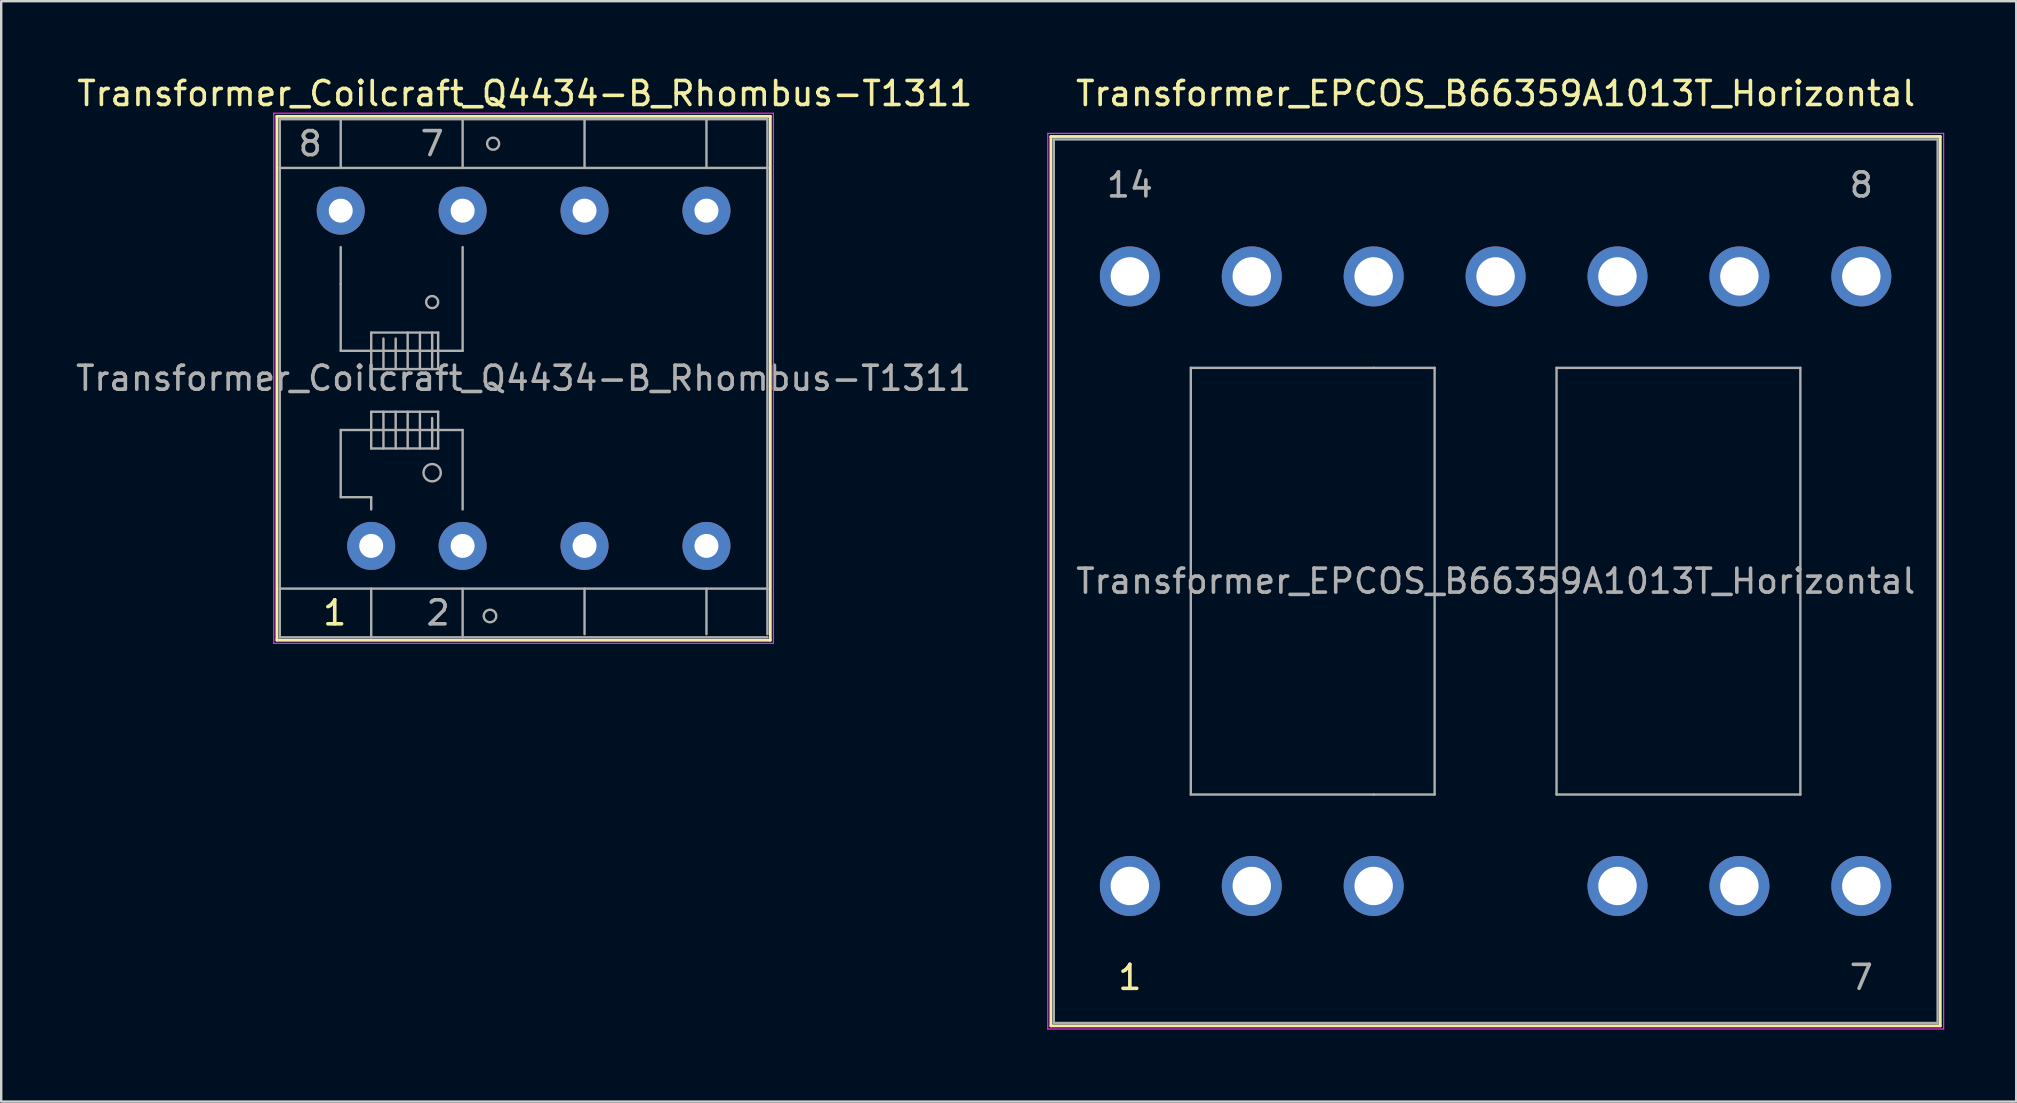
<source format=kicad_pcb>
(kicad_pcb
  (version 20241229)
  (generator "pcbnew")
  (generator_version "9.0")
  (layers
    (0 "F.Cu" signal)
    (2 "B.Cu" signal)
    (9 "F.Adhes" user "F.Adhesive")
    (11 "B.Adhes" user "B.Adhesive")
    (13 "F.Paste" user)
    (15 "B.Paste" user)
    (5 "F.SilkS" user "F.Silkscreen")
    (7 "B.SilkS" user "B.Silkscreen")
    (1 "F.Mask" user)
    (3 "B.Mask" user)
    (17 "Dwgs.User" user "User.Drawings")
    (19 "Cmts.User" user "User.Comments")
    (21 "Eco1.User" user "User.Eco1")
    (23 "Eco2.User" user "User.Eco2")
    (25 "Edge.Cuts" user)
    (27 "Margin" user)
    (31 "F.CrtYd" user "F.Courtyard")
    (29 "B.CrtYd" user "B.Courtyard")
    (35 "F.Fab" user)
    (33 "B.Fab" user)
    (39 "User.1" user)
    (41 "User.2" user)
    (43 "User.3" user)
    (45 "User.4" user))
  (footprint "Transformer_EPCOS_B66359A1013T_Horizontal"
    (layer "F.Cu")
    (at 44.031 33.868)
    (property "Reference" "Transformer_EPCOS_B66359A1013T_Horizontal" (at 15.24 -33.02 0) (layer "F.SilkS") (effects (font (size 1 1) (thickness 0.15))))
    (attr through_hole)
    (fp_line (start -3.29 -31.23) (end -3.29 5.83) (stroke (width 0.12) (type solid)) (layer "F.SilkS"))
    (fp_line (start -3.29 -31.23) (end 33.77 -31.23) (stroke (width 0.12) (type solid)) (layer "F.SilkS"))
    (fp_line (start 33.77 5.83) (end -3.29 5.83) (stroke (width 0.12) (type solid)) (layer "F.SilkS"))
    (fp_line (start 33.77 5.83) (end 33.77 -31.23) (stroke (width 0.12) (type solid)) (layer "F.SilkS"))
    (fp_line (start -3.42 -31.36) (end -3.42 5.96) (stroke (width 0.05) (type solid)) (layer "F.CrtYd"))
    (fp_line (start -3.42 -31.36) (end 33.91 -31.36) (stroke (width 0.05) (type solid)) (layer "F.CrtYd"))
    (fp_line (start 33.91 5.96) (end -3.42 5.96) (stroke (width 0.05) (type solid)) (layer "F.CrtYd"))
    (fp_line (start 33.91 5.96) (end 33.91 -31.36) (stroke (width 0.05) (type solid)) (layer "F.CrtYd"))
    (fp_line (start -3.17 -31.11) (end 33.66 -31.11) (stroke (width 0.1) (type solid)) (layer "F.Fab"))
    (fp_line (start -3.17 5.71) (end -3.17 -31.11) (stroke (width 0.1) (type solid)) (layer "F.Fab"))
    (fp_line (start 2.54 -21.59) (end 2.54 -3.81) (stroke (width 0.1) (type solid)) (layer "F.Fab"))
    (fp_line (start 2.54 -3.81) (end 10.16 -3.81) (stroke (width 0.1) (type solid)) (layer "F.Fab"))
    (fp_line (start 10.16 -21.59) (end 2.54 -21.59) (stroke (width 0.1) (type solid)) (layer "F.Fab"))
    (fp_line (start 10.16 -21.59) (end 12.7 -21.59) (stroke (width 0.1) (type solid)) (layer "F.Fab"))
    (fp_line (start 12.7 -21.59) (end 12.7 -3.81) (stroke (width 0.1) (type solid)) (layer "F.Fab"))
    (fp_line (start 12.7 -3.81) (end 10.16 -3.81) (stroke (width 0.1) (type solid)) (layer "F.Fab"))
    (fp_line (start 17.78 -21.59) (end 17.78 -3.81) (stroke (width 0.1) (type solid)) (layer "F.Fab"))
    (fp_line (start 17.78 -3.81) (end 27.94 -3.81) (stroke (width 0.1) (type solid)) (layer "F.Fab"))
    (fp_line (start 27.94 -21.59) (end 17.78 -21.59) (stroke (width 0.1) (type solid)) (layer "F.Fab"))
    (fp_line (start 27.94 -3.81) (end 27.94 -21.59) (stroke (width 0.1) (type solid)) (layer "F.Fab"))
    (fp_line (start 33.66 -31.11) (end 33.66 5.71) (stroke (width 0.1) (type solid)) (layer "F.Fab"))
    (fp_line (start 33.66 5.71) (end -3.17 5.71) (stroke (width 0.1) (type solid)) (layer "F.Fab"))
    (fp_text user "1" (at 0 3.81 0) (layer "F.SilkS") (effects (font (size 1 1) (thickness 0.15))))
    (fp_text user "14" (at 0 -29.21 0) (layer "F.Fab") (effects (font (size 1 1) (thickness 0.15))))
    (fp_text user "7" (at 30.48 3.81 0) (layer "F.Fab") (effects (font (size 1 1) (thickness 0.15))))
    (fp_text user "${REFERENCE}" (at 15.245 -12.7 0) (layer "F.Fab") (effects (font (size 1 1) (thickness 0.15))))
    (fp_text user "8" (at 30.48 -29.21 0) (layer "F.Fab") (effects (font (size 1 1) (thickness 0.15))))
    (pad "1" thru_hole circle (at 0 0) (size 2.5 2.5) (drill 1.6) (layers "*.Cu" "*.Mask"))
    (pad "2" thru_hole circle (at 5.08 0) (size 2.5 2.5) (drill 1.6) (layers "*.Cu" "*.Mask"))
    (pad "3" thru_hole circle (at 10.16 0) (size 2.5 2.5) (drill 1.6) (layers "*.Cu" "*.Mask"))
    (pad "5" thru_hole circle (at 20.32 0) (size 2.5 2.5) (drill 1.6) (layers "*.Cu" "*.Mask"))
    (pad "6" thru_hole circle (at 25.4 0) (size 2.5 2.5) (drill 1.6) (layers "*.Cu" "*.Mask"))
    (pad "7" thru_hole circle (at 30.48 0) (size 2.5 2.5) (drill 1.6) (layers "*.Cu" "*.Mask"))
    (pad "8" thru_hole circle (at 30.48 -25.4) (size 2.5 2.5) (drill 1.6) (layers "*.Cu" "*.Mask"))
    (pad "9" thru_hole circle (at 25.4 -25.4) (size 2.5 2.5) (drill 1.6) (layers "*.Cu" "*.Mask"))
    (pad "10" thru_hole circle (at 20.32 -25.4) (size 2.5 2.5) (drill 1.6) (layers "*.Cu" "*.Mask"))
    (pad "11" thru_hole circle (at 15.24 -25.4) (size 2.5 2.5) (drill 1.6) (layers "*.Cu" "*.Mask"))
    (pad "12" thru_hole circle (at 10.16 -25.4) (size 2.5 2.5) (drill 1.6) (layers "*.Cu" "*.Mask"))
    (pad "13" thru_hole circle (at 5.08 -25.4) (size 2.5 2.5) (drill 1.6) (layers "*.Cu" "*.Mask"))
    (pad "14" thru_hole circle (at 0 -25.4) (size 2.5 2.5) (drill 1.6) (layers "*.Cu" "*.Mask")))
  (footprint "Transformer_Coilcraft_Q4434-B_Rhombus-T1311"
    (layer "F.Cu")
    (at 12.418 19.698)
    (property "Reference" "Transformer_Coilcraft_Q4434-B_Rhombus-T1311" (at 6.4 -18.85 0) (layer "F.SilkS") (effects (font (size 1 1) (thickness 0.15))))
    (attr through_hole)
    (fp_line (start -3.93 -17.9) (end -3.93 3.93) (stroke (width 0.12) (type solid)) (layer "F.SilkS"))
    (fp_line (start -3.93 -17.9) (end 16.63 -17.9) (stroke (width 0.12) (type solid)) (layer "F.SilkS"))
    (fp_line (start 16.63 3.93) (end -3.93 3.93) (stroke (width 0.12) (type solid)) (layer "F.SilkS"))
    (fp_line (start 16.63 3.93) (end 16.63 -17.9) (stroke (width 0.12) (type solid)) (layer "F.SilkS"))
    (fp_line (start -4.06 -18.03) (end -4.06 4.06) (stroke (width 0.05) (type solid)) (layer "F.CrtYd"))
    (fp_line (start -4.06 -18.03) (end 16.76 -18.03) (stroke (width 0.05) (type solid)) (layer "F.CrtYd"))
    (fp_line (start 16.76 4.06) (end -4.06 4.06) (stroke (width 0.05) (type solid)) (layer "F.CrtYd"))
    (fp_line (start 16.76 4.06) (end 16.76 -18.03) (stroke (width 0.05) (type solid)) (layer "F.CrtYd"))
    (fp_line (start -3.81 -17.78) (end -3.81 -15.75) (stroke (width 0.1) (type solid)) (layer "F.Fab"))
    (fp_line (start -3.81 -15.75) (end -3.81 1.78) (stroke (width 0.1) (type solid)) (layer "F.Fab"))
    (fp_line (start -3.81 1.78) (end -3.81 3.81) (stroke (width 0.1) (type solid)) (layer "F.Fab"))
    (fp_line (start -3.81 1.78) (end 16.51 1.78) (stroke (width 0.1) (type solid)) (layer "F.Fab"))
    (fp_line (start -3.81 3.81) (end 16.51 3.81) (stroke (width 0.1) (type solid)) (layer "F.Fab"))
    (fp_line (start -1.27 -15.75) (end -1.27 -17.78) (stroke (width 0.1) (type solid)) (layer "F.Fab"))
    (fp_line (start -1.27 -12.45) (end -1.27 -10.92) (stroke (width 0.1) (type solid)) (layer "F.Fab"))
    (fp_line (start -1.27 -10.92) (end -1.27 -8.13) (stroke (width 0.1) (type solid)) (layer "F.Fab"))
    (fp_line (start -1.27 -8.13) (end 3.81 -8.13) (stroke (width 0.1) (type solid)) (layer "F.Fab"))
    (fp_line (start -1.27 -4.83) (end -1.27 -2.03) (stroke (width 0.1) (type solid)) (layer "F.Fab"))
    (fp_line (start -1.27 -2.03) (end 0 -2.03) (stroke (width 0.1) (type solid)) (layer "F.Fab"))
    (fp_line (start 0 -8.89) (end 2.79 -8.89) (stroke (width 0.1) (type solid)) (layer "F.Fab"))
    (fp_line (start 0 -7.37) (end 0 -8.89) (stroke (width 0.1) (type solid)) (layer "F.Fab"))
    (fp_line (start 0 -5.59) (end 0 -4.06) (stroke (width 0.1) (type solid)) (layer "F.Fab"))
    (fp_line (start 0 -4.83) (end -1.27 -4.83) (stroke (width 0.1) (type solid)) (layer "F.Fab"))
    (fp_line (start 0 -4.83) (end 3.81 -4.83) (stroke (width 0.1) (type solid)) (layer "F.Fab"))
    (fp_line (start 0 -4.06) (end 2.79 -4.06) (stroke (width 0.1) (type solid)) (layer "F.Fab"))
    (fp_line (start 0 -2.03) (end 0 -1.52) (stroke (width 0.1) (type solid)) (layer "F.Fab"))
    (fp_line (start 0 1.78) (end 0 3.81) (stroke (width 0.1) (type solid)) (layer "F.Fab"))
    (fp_line (start 0.51 -8.64) (end 0.51 -7.37) (stroke (width 0.1) (type solid)) (layer "F.Fab"))
    (fp_line (start 0.51 -5.59) (end 0.51 -4.06) (stroke (width 0.1) (type solid)) (layer "F.Fab"))
    (fp_line (start 1.02 -8.64) (end 1.02 -7.37) (stroke (width 0.1) (type solid)) (layer "F.Fab"))
    (fp_line (start 1.02 -5.59) (end 1.02 -4.06) (stroke (width 0.1) (type solid)) (layer "F.Fab"))
    (fp_line (start 1.52 -8.89) (end 1.52 -7.37) (stroke (width 0.1) (type solid)) (layer "F.Fab"))
    (fp_line (start 1.52 -5.59) (end 1.52 -4.06) (stroke (width 0.1) (type solid)) (layer "F.Fab"))
    (fp_line (start 2.03 -8.89) (end 2.03 -7.37) (stroke (width 0.1) (type solid)) (layer "F.Fab"))
    (fp_line (start 2.03 -5.59) (end 2.03 -4.06) (stroke (width 0.1) (type solid)) (layer "F.Fab"))
    (fp_line (start 2.54 -8.89) (end 2.54 -7.37) (stroke (width 0.1) (type solid)) (layer "F.Fab"))
    (fp_line (start 2.54 -5.33) (end 2.54 -4.06) (stroke (width 0.1) (type solid)) (layer "F.Fab"))
    (fp_line (start 2.79 -8.89) (end 2.79 -7.37) (stroke (width 0.1) (type solid)) (layer "F.Fab"))
    (fp_line (start 2.79 -7.37) (end 0 -7.37) (stroke (width 0.1) (type solid)) (layer "F.Fab"))
    (fp_line (start 2.79 -5.59) (end 0 -5.59) (stroke (width 0.1) (type solid)) (layer "F.Fab"))
    (fp_line (start 2.79 -4.06) (end 2.79 -5.59) (stroke (width 0.1) (type solid)) (layer "F.Fab"))
    (fp_line (start 3.81 -15.75) (end 3.81 -17.78) (stroke (width 0.1) (type solid)) (layer "F.Fab"))
    (fp_line (start 3.81 -8.13) (end 3.81 -12.45) (stroke (width 0.1) (type solid)) (layer "F.Fab"))
    (fp_line (start 3.81 -4.83) (end 3.81 -1.52) (stroke (width 0.1) (type solid)) (layer "F.Fab"))
    (fp_line (start 3.81 1.78) (end 3.81 3.81) (stroke (width 0.1) (type solid)) (layer "F.Fab"))
    (fp_line (start 8.89 -15.75) (end 8.89 -17.78) (stroke (width 0.1) (type solid)) (layer "F.Fab"))
    (fp_line (start 8.89 1.78) (end 8.89 3.68) (stroke (width 0.1) (type solid)) (layer "F.Fab"))
    (fp_line (start 13.97 -15.75) (end 13.97 -17.78) (stroke (width 0.1) (type solid)) (layer "F.Fab"))
    (fp_line (start 13.97 1.78) (end 13.97 3.68) (stroke (width 0.1) (type solid)) (layer "F.Fab"))
    (fp_line (start 16.51 -17.78) (end -3.81 -17.78) (stroke (width 0.1) (type solid)) (layer "F.Fab"))
    (fp_line (start 16.51 -17.78) (end 16.51 -15.75) (stroke (width 0.1) (type solid)) (layer "F.Fab"))
    (fp_line (start 16.51 -15.75) (end -3.81 -15.75) (stroke (width 0.1) (type solid)) (layer "F.Fab"))
    (fp_line (start 16.51 1.78) (end 16.51 -15.75) (stroke (width 0.1) (type solid)) (layer "F.Fab"))
    (fp_line (start 16.51 1.78) (end 16.51 3.68) (stroke (width 0.1) (type solid)) (layer "F.Fab"))
    (fp_circle (center 2.54 -10.16) (end 2.54 -9.91) (stroke (width 0.1) (type solid)) (fill no) (layer "F.Fab"))
    (fp_circle (center 2.54 -3.05) (end 2.79 -2.79) (stroke (width 0.1) (type solid)) (fill no) (layer "F.Fab"))
    (fp_circle (center 4.95 2.92) (end 4.95 3.18) (stroke (width 0.1) (type solid)) (fill no) (layer "F.Fab"))
    (fp_circle (center 5.08 -16.76) (end 5.08 -16.51) (stroke (width 0.1) (type solid)) (fill no) (layer "F.Fab"))
    (fp_text user "1" (at -1.52 2.79 0) (layer "F.SilkS") (effects (font (size 1 1) (thickness 0.15))))
    (fp_text user "${REFERENCE}" (at 6.35 -6.985 0) (layer "F.Fab") (effects (font (size 1 1) (thickness 0.15))))
    (fp_text user "2" (at 2.79 2.79 0) (layer "F.Fab") (effects (font (size 1 1) (thickness 0.15))))
    (fp_text user "8" (at -2.54 -16.76 0) (layer "F.Fab") (effects (font (size 1 1) (thickness 0.15))))
    (fp_text user "7" (at 2.54 -16.76 0) (layer "F.Fab") (effects (font (size 1 1) (thickness 0.15))))
    (pad "1" thru_hole circle (at 0 0) (size 2 2) (drill 1) (layers "*.Cu" "*.Mask"))
    (pad "2" thru_hole circle (at 3.81 0) (size 2 2) (drill 1) (layers "*.Cu" "*.Mask"))
    (pad "3" thru_hole circle (at 8.89 0) (size 2 2) (drill 1) (layers "*.Cu" "*.Mask"))
    (pad "4" thru_hole circle (at 13.97 0) (size 2 2) (drill 1) (layers "*.Cu" "*.Mask"))
    (pad "5" thru_hole circle (at 13.97 -13.97) (size 2 2) (drill 1) (layers "*.Cu" "*.Mask"))
    (pad "6" thru_hole circle (at 8.89 -13.97) (size 2 2) (drill 1) (layers "*.Cu" "*.Mask"))
    (pad "7" thru_hole circle (at 3.81 -13.97) (size 2 2) (drill 1) (layers "*.Cu" "*.Mask"))
    (pad "8" thru_hole circle (at -1.27 -13.97) (size 2 2) (drill 1) (layers "*.Cu" "*.Mask")))
  (gr_rect
    (start -3 -3)
    (end 80.966 42.853)
    (stroke (width 0.1) (type default))
    (fill no)
    (layer "Edge.Cuts")))
</source>
